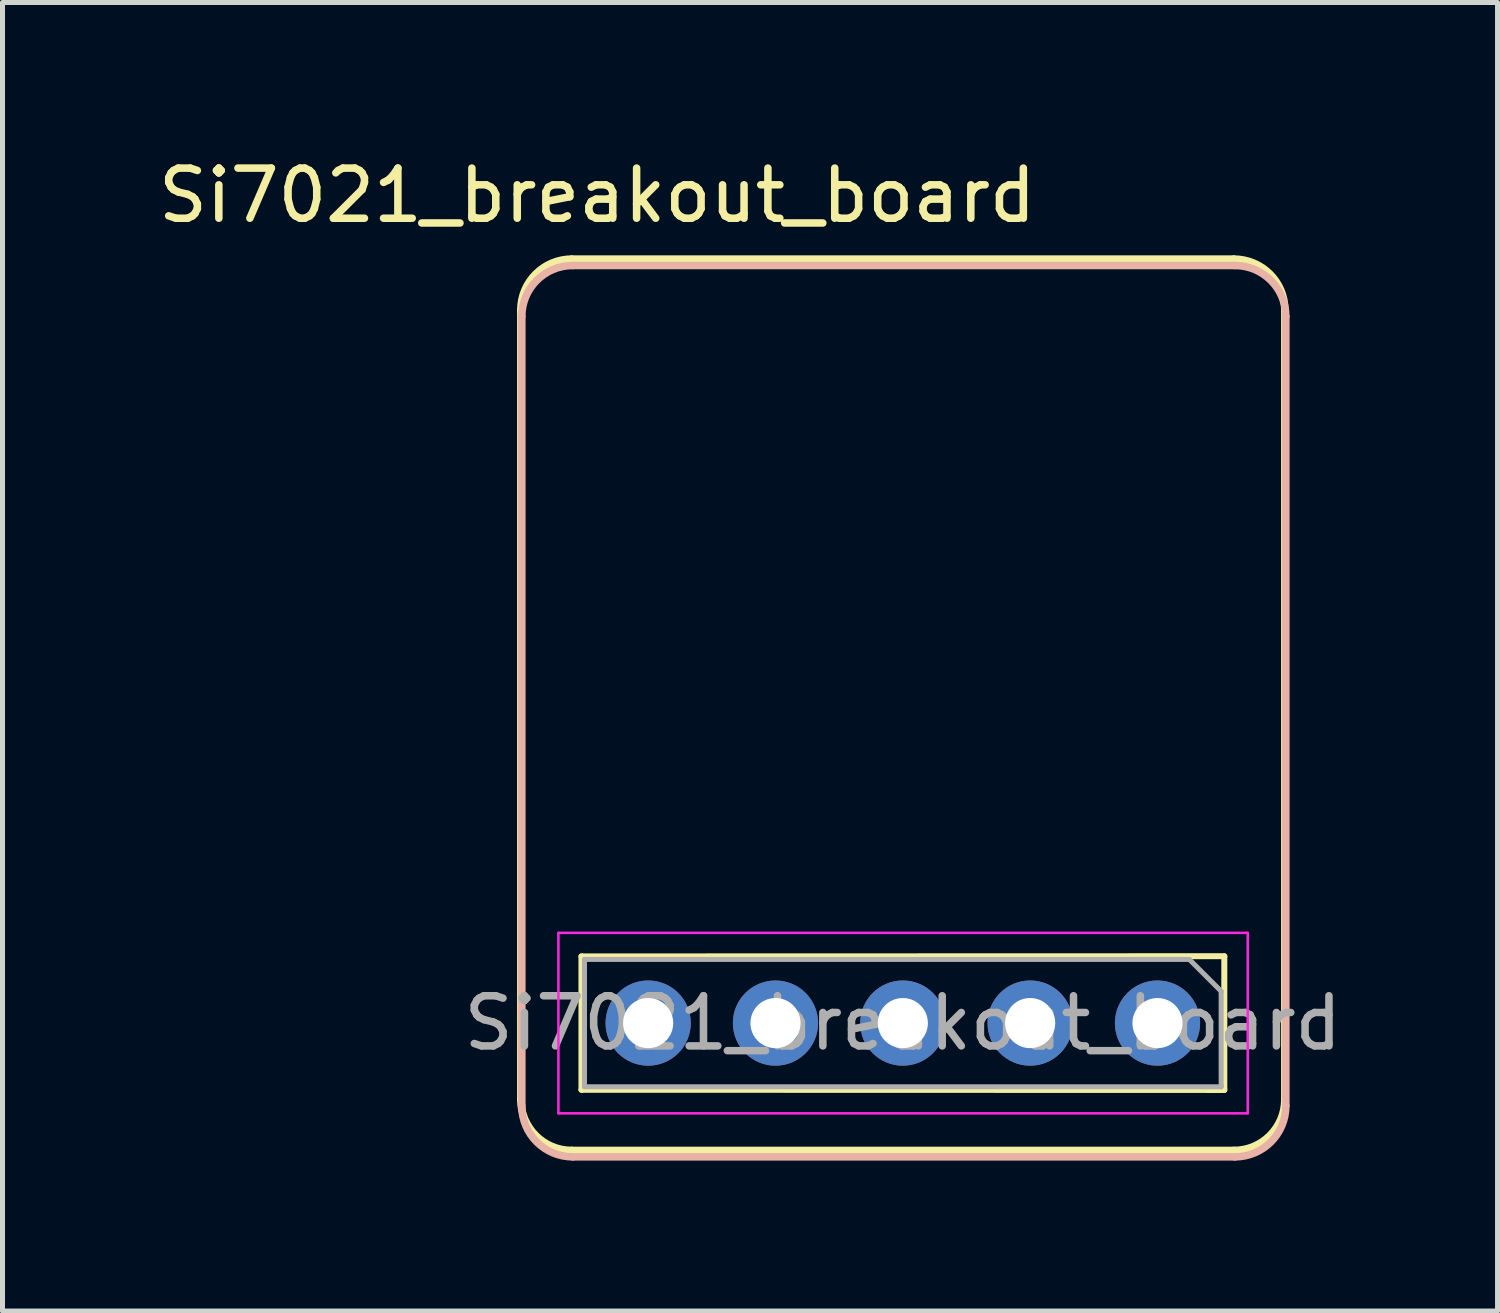
<source format=kicad_pcb>
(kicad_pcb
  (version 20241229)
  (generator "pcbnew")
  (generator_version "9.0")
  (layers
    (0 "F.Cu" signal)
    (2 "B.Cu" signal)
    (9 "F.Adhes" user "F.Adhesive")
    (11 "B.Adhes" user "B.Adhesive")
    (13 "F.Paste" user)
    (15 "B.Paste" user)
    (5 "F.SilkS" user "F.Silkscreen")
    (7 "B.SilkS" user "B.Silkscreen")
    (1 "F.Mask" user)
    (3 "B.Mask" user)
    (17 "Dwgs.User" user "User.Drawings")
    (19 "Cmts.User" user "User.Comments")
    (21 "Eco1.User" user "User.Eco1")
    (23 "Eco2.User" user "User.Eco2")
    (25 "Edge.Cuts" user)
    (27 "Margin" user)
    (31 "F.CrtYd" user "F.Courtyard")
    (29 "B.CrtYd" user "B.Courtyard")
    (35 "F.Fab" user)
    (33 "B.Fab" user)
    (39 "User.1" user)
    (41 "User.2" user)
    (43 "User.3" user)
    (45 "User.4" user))
  (footprint "Si7021_breakout_board"
    (layer "F.Cu")
    (at 14.959 11.008)
    (property "Reference" "Si7021_breakout_board" (at -6.096 -10.16 0) (layer "F.SilkS") (effects (font (size 1 1) (thickness 0.15))))
    (attr through_hole)
    (fp_line (start -7.62 -7.874) (end -7.62 7.874) (stroke (width 0.15) (type solid)) (layer "F.SilkS"))
    (fp_line (start -6.604 8.89) (end 6.604 8.89) (stroke (width 0.15) (type solid)) (layer "F.SilkS"))
    (fp_line (start -6.41 5.02) (end -6.41 7.68) (stroke (width 0.12) (type solid)) (layer "F.SilkS"))
    (fp_line (start 6.413 5.016) (end -6.41 5.02) (stroke (width 0.12) (type solid)) (layer "F.SilkS"))
    (fp_line (start 6.413 5.02) (end 6.413 7.68) (stroke (width 0.12) (type solid)) (layer "F.SilkS"))
    (fp_line (start 6.413 7.684) (end -6.41 7.68) (stroke (width 0.12) (type solid)) (layer "F.SilkS"))
    (fp_line (start 6.604 -8.89) (end -6.604 -8.89) (stroke (width 0.15) (type solid)) (layer "F.SilkS"))
    (fp_line (start 7.62 7.874) (end 7.62 -7.874) (stroke (width 0.15) (type solid)) (layer "F.SilkS"))
    (fp_arc (start -7.62 -7.874) (mid -7.32242 -8.59242) (end -6.604 -8.89) (stroke (width 0.15) (type solid)) (layer "F.SilkS"))
    (fp_arc (start -6.604 8.89) (mid -7.32242 8.59242) (end -7.62 7.874) (stroke (width 0.15) (type solid)) (layer "F.SilkS"))
    (fp_arc (start 6.604 -8.89) (mid 7.32242 -8.59242) (end 7.62 -7.874) (stroke (width 0.15) (type solid)) (layer "F.SilkS"))
    (fp_arc (start 7.62 7.874) (mid 7.32242 8.59242) (end 6.604 8.89) (stroke (width 0.15) (type solid)) (layer "F.SilkS"))
    (fp_line (start -7.6 8.002) (end -7.6 -7.746) (stroke (width 0.15) (type solid)) (layer "B.SilkS"))
    (fp_line (start -6.584 -8.762) (end 6.624 -8.762) (stroke (width 0.15) (type solid)) (layer "B.SilkS"))
    (fp_line (start 6.624 9.018) (end -6.584 9.018) (stroke (width 0.15) (type solid)) (layer "B.SilkS"))
    (fp_line (start 7.64 -7.746) (end 7.64 8.002) (stroke (width 0.15) (type solid)) (layer "B.SilkS"))
    (fp_arc (start -7.599883 -7.745639) (mid -7.302303 -8.464059) (end -6.583883 -8.761639) (stroke (width 0.15) (type solid)) (layer "B.SilkS"))
    (fp_arc (start -6.583883 9.018361) (mid -7.302303 8.720781) (end -7.599883 8.002361) (stroke (width 0.15) (type solid)) (layer "B.SilkS"))
    (fp_arc (start 6.624117 -8.761639) (mid 7.342537 -8.464059) (end 7.640117 -7.745639) (stroke (width 0.15) (type solid)) (layer "B.SilkS"))
    (fp_arc (start 7.640117 8.002361) (mid 7.342537 8.720781) (end 6.624117 9.018361) (stroke (width 0.15) (type solid)) (layer "B.SilkS"))
    (fp_line (start -6.87 4.55) (end -6.87 8.15) (stroke (width 0.05) (type solid)) (layer "F.CrtYd"))
    (fp_line (start -6.87 8.15) (end 6.88 8.15) (stroke (width 0.05) (type solid)) (layer "F.CrtYd"))
    (fp_line (start 6.88 4.55) (end -6.87 4.55) (stroke (width 0.05) (type solid)) (layer "F.CrtYd"))
    (fp_line (start 6.88 8.15) (end 6.88 4.55) (stroke (width 0.05) (type solid)) (layer "F.CrtYd"))
    (fp_line (start -6.35 5.08) (end 5.715 5.08) (stroke (width 0.1) (type solid)) (layer "F.Fab"))
    (fp_line (start -6.35 7.62) (end -6.35 5.08) (stroke (width 0.1) (type solid)) (layer "F.Fab"))
    (fp_line (start 5.715 5.08) (end 6.35 5.715) (stroke (width 0.1) (type solid)) (layer "F.Fab"))
    (fp_line (start 6.35 5.715) (end 6.35 7.62) (stroke (width 0.1) (type solid)) (layer "F.Fab"))
    (fp_line (start 6.35 7.62) (end -6.35 7.62) (stroke (width 0.1) (type solid)) (layer "F.Fab"))
    (fp_text user "${REFERENCE}" (at 0 6.35 0) (layer "F.Fab") (effects (font (size 1 1) (thickness 0.15))))
    (pad "1" thru_hole circle (at 5.08 6.35 270) (size 1.7 1.7) (drill 1) (layers "*.Cu" "*.Mask"))
    (pad "2" thru_hole oval (at 2.54 6.35 270) (size 1.7 1.7) (drill 1) (layers "*.Cu" "*.Mask"))
    (pad "3" thru_hole oval (at 0 6.35 270) (size 1.7 1.7) (drill 1) (layers "*.Cu" "*.Mask"))
    (pad "4" thru_hole oval (at -2.54 6.35 270) (size 1.7 1.7) (drill 1) (layers "*.Cu" "*.Mask"))
    (pad "5" thru_hole oval (at -5.08 6.35 270) (size 1.7 1.7) (drill 1) (layers "*.Cu" "*.Mask")))
  (gr_rect
    (start -3 -3)
    (end 26.822 23.102)
    (stroke (width 0.1) (type default))
    (fill no)
    (layer "Edge.Cuts")))
</source>
